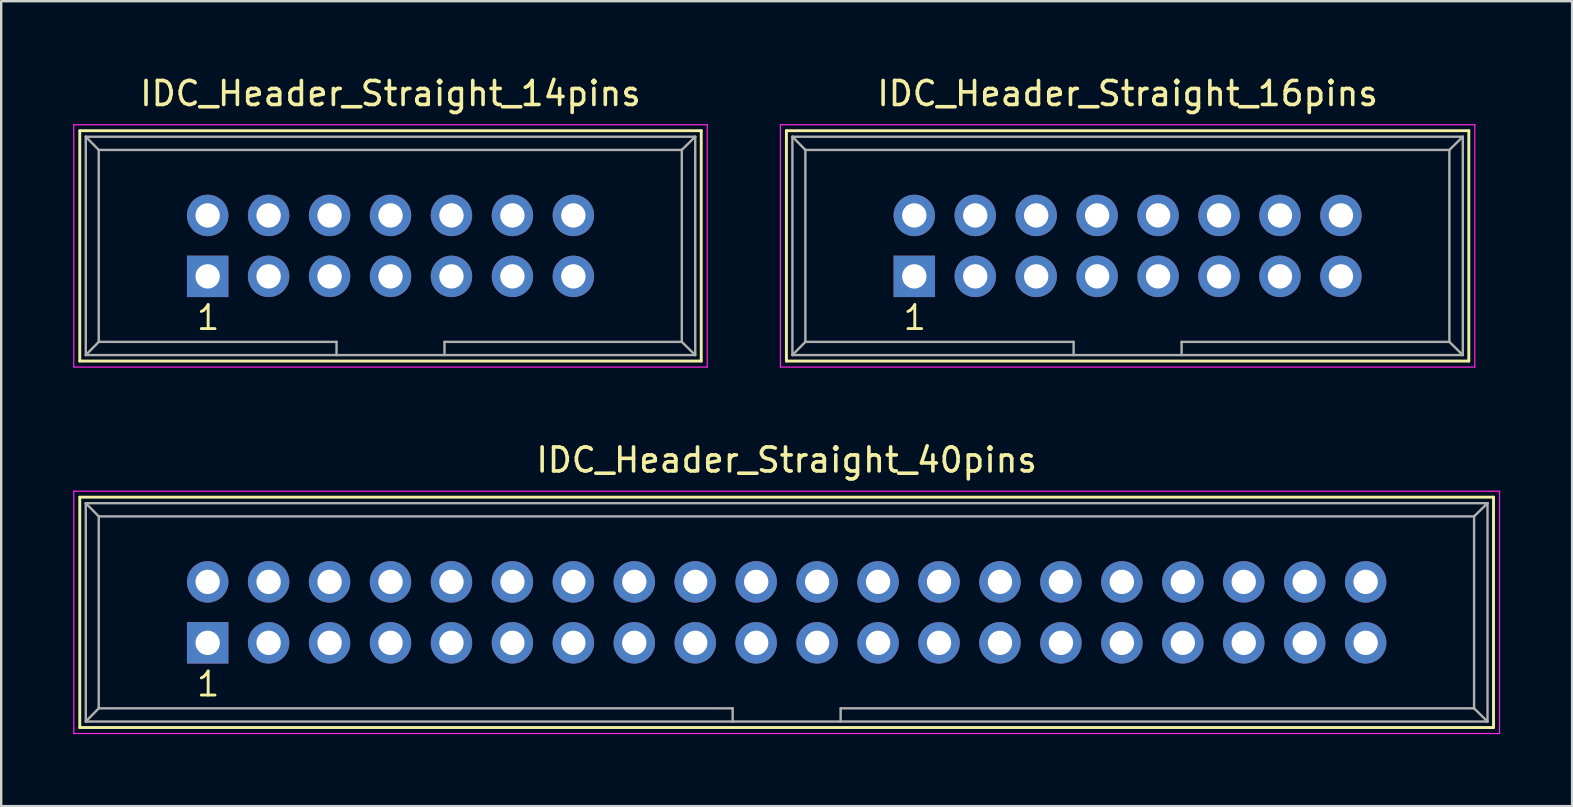
<source format=kicad_pcb>
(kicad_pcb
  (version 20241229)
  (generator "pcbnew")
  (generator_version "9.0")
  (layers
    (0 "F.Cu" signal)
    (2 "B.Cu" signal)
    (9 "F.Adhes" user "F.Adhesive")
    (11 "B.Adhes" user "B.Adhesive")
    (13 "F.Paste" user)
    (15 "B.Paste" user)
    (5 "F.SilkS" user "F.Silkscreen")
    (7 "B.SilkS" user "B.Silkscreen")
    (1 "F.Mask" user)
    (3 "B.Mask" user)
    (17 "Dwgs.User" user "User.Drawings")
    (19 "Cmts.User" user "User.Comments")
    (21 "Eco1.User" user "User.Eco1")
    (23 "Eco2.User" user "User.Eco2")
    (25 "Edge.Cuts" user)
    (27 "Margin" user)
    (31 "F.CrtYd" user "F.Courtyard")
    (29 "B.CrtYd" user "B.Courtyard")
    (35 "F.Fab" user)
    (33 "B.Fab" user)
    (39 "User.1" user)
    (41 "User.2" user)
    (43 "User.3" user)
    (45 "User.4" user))
  (footprint "IDC_Header_Straight_16pins"
    (layer "F.Cu")
    (at 35.055 8.468)
    (property "Reference" "IDC_Header_Straight_16pins" (at 8.89 -7.62 0) (layer "F.SilkS") (effects (font (size 1 1) (thickness 0.15))))
    (attr through_hole)
    (fp_line (start -5.33 -6.07) (end 23.11 -6.07) (stroke (width 0.12) (type solid)) (layer "F.SilkS"))
    (fp_line (start -5.33 3.53) (end -5.33 -6.07) (stroke (width 0.12) (type solid)) (layer "F.SilkS"))
    (fp_line (start 23.11 -6.07) (end 23.11 3.53) (stroke (width 0.12) (type solid)) (layer "F.SilkS"))
    (fp_line (start 23.11 3.53) (end -5.33 3.53) (stroke (width 0.12) (type solid)) (layer "F.SilkS"))
    (fp_line (start -5.58 -6.32) (end 23.36 -6.32) (stroke (width 0.05) (type solid)) (layer "F.CrtYd"))
    (fp_line (start -5.58 3.78) (end -5.58 -6.32) (stroke (width 0.05) (type solid)) (layer "F.CrtYd"))
    (fp_line (start 23.36 -6.32) (end 23.36 3.78) (stroke (width 0.05) (type solid)) (layer "F.CrtYd"))
    (fp_line (start 23.36 3.78) (end -5.58 3.78) (stroke (width 0.05) (type solid)) (layer "F.CrtYd"))
    (fp_line (start -5.08 -5.82) (end -5.08 3.28) (stroke (width 0.1) (type solid)) (layer "F.Fab"))
    (fp_line (start -5.08 -5.82) (end -4.54 -5.27) (stroke (width 0.1) (type solid)) (layer "F.Fab"))
    (fp_line (start -5.08 -5.82) (end 22.86 -5.82) (stroke (width 0.1) (type solid)) (layer "F.Fab"))
    (fp_line (start -5.08 3.28) (end -4.54 2.73) (stroke (width 0.1) (type solid)) (layer "F.Fab"))
    (fp_line (start -5.08 3.28) (end 22.86 3.28) (stroke (width 0.1) (type solid)) (layer "F.Fab"))
    (fp_line (start -4.54 -5.27) (end -4.54 2.73) (stroke (width 0.1) (type solid)) (layer "F.Fab"))
    (fp_line (start -4.54 -5.27) (end 22.3 -5.27) (stroke (width 0.1) (type solid)) (layer "F.Fab"))
    (fp_line (start -4.54 2.73) (end 6.64 2.73) (stroke (width 0.1) (type solid)) (layer "F.Fab"))
    (fp_line (start 6.64 2.73) (end 6.64 3.28) (stroke (width 0.1) (type solid)) (layer "F.Fab"))
    (fp_line (start 11.14 2.73) (end 11.14 3.28) (stroke (width 0.1) (type solid)) (layer "F.Fab"))
    (fp_line (start 11.14 2.73) (end 22.3 2.73) (stroke (width 0.1) (type solid)) (layer "F.Fab"))
    (fp_line (start 22.3 -5.27) (end 22.3 2.73) (stroke (width 0.1) (type solid)) (layer "F.Fab"))
    (fp_line (start 22.86 -5.82) (end 22.3 -5.27) (stroke (width 0.1) (type solid)) (layer "F.Fab"))
    (fp_line (start 22.86 -5.82) (end 22.86 3.28) (stroke (width 0.1) (type solid)) (layer "F.Fab"))
    (fp_line (start 22.86 3.28) (end 22.3 2.73) (stroke (width 0.1) (type solid)) (layer "F.Fab"))
    (fp_text user "1" (at 0.02 1.72 0) (layer "F.SilkS") (effects (font (size 1 1) (thickness 0.12))))
    (pad "1" thru_hole rect (at 0 0) (size 1.727 1.727) (drill 1.016) (layers "*.Cu" "*.Mask"))
    (pad "2" thru_hole oval (at 0 -2.54) (size 1.727 1.727) (drill 1.016) (layers "*.Cu" "*.Mask"))
    (pad "3" thru_hole oval (at 2.54 0) (size 1.727 1.727) (drill 1.016) (layers "*.Cu" "*.Mask"))
    (pad "4" thru_hole oval (at 2.54 -2.54) (size 1.727 1.727) (drill 1.016) (layers "*.Cu" "*.Mask"))
    (pad "5" thru_hole oval (at 5.08 0) (size 1.727 1.727) (drill 1.016) (layers "*.Cu" "*.Mask"))
    (pad "6" thru_hole oval (at 5.08 -2.54) (size 1.727 1.727) (drill 1.016) (layers "*.Cu" "*.Mask"))
    (pad "7" thru_hole oval (at 7.62 0) (size 1.727 1.727) (drill 1.016) (layers "*.Cu" "*.Mask"))
    (pad "8" thru_hole oval (at 7.62 -2.54) (size 1.727 1.727) (drill 1.016) (layers "*.Cu" "*.Mask"))
    (pad "9" thru_hole oval (at 10.16 0) (size 1.727 1.727) (drill 1.016) (layers "*.Cu" "*.Mask"))
    (pad "10" thru_hole oval (at 10.16 -2.54) (size 1.727 1.727) (drill 1.016) (layers "*.Cu" "*.Mask"))
    (pad "11" thru_hole oval (at 12.7 0) (size 1.727 1.727) (drill 1.016) (layers "*.Cu" "*.Mask"))
    (pad "12" thru_hole oval (at 12.7 -2.54) (size 1.727 1.727) (drill 1.016) (layers "*.Cu" "*.Mask"))
    (pad "13" thru_hole oval (at 15.24 0) (size 1.727 1.727) (drill 1.016) (layers "*.Cu" "*.Mask"))
    (pad "14" thru_hole oval (at 15.24 -2.54) (size 1.727 1.727) (drill 1.016) (layers "*.Cu" "*.Mask"))
    (pad "15" thru_hole oval (at 17.78 0) (size 1.727 1.727) (drill 1.016) (layers "*.Cu" "*.Mask"))
    (pad "16" thru_hole oval (at 17.78 -2.54) (size 1.727 1.727) (drill 1.016) (layers "*.Cu" "*.Mask")))
  (footprint "IDC_Header_Straight_14pins"
    (layer "F.Cu")
    (at 5.605 8.468)
    (property "Reference" "IDC_Header_Straight_14pins" (at 7.62 -7.62 0) (layer "F.SilkS") (effects (font (size 1 1) (thickness 0.15))))
    (attr through_hole)
    (fp_line (start -5.33 -6.07) (end 20.57 -6.07) (stroke (width 0.12) (type solid)) (layer "F.SilkS"))
    (fp_line (start -5.33 3.53) (end -5.33 -6.07) (stroke (width 0.12) (type solid)) (layer "F.SilkS"))
    (fp_line (start 20.57 -6.07) (end 20.57 3.53) (stroke (width 0.12) (type solid)) (layer "F.SilkS"))
    (fp_line (start 20.57 3.53) (end -5.33 3.53) (stroke (width 0.12) (type solid)) (layer "F.SilkS"))
    (fp_line (start -5.58 -6.32) (end 20.82 -6.32) (stroke (width 0.05) (type solid)) (layer "F.CrtYd"))
    (fp_line (start -5.58 3.78) (end -5.58 -6.32) (stroke (width 0.05) (type solid)) (layer "F.CrtYd"))
    (fp_line (start 20.82 -6.32) (end 20.82 3.78) (stroke (width 0.05) (type solid)) (layer "F.CrtYd"))
    (fp_line (start 20.82 3.78) (end -5.58 3.78) (stroke (width 0.05) (type solid)) (layer "F.CrtYd"))
    (fp_line (start -5.08 -5.82) (end -5.08 3.28) (stroke (width 0.1) (type solid)) (layer "F.Fab"))
    (fp_line (start -5.08 -5.82) (end -4.54 -5.27) (stroke (width 0.1) (type solid)) (layer "F.Fab"))
    (fp_line (start -5.08 -5.82) (end 20.32 -5.82) (stroke (width 0.1) (type solid)) (layer "F.Fab"))
    (fp_line (start -5.08 3.28) (end -4.54 2.73) (stroke (width 0.1) (type solid)) (layer "F.Fab"))
    (fp_line (start -5.08 3.28) (end 20.32 3.28) (stroke (width 0.1) (type solid)) (layer "F.Fab"))
    (fp_line (start -4.54 -5.27) (end -4.54 2.73) (stroke (width 0.1) (type solid)) (layer "F.Fab"))
    (fp_line (start -4.54 -5.27) (end 19.76 -5.27) (stroke (width 0.1) (type solid)) (layer "F.Fab"))
    (fp_line (start -4.54 2.73) (end 5.37 2.73) (stroke (width 0.1) (type solid)) (layer "F.Fab"))
    (fp_line (start 5.37 2.73) (end 5.37 3.28) (stroke (width 0.1) (type solid)) (layer "F.Fab"))
    (fp_line (start 9.87 2.73) (end 9.87 3.28) (stroke (width 0.1) (type solid)) (layer "F.Fab"))
    (fp_line (start 9.87 2.73) (end 19.76 2.73) (stroke (width 0.1) (type solid)) (layer "F.Fab"))
    (fp_line (start 19.76 -5.27) (end 19.76 2.73) (stroke (width 0.1) (type solid)) (layer "F.Fab"))
    (fp_line (start 20.32 -5.82) (end 19.76 -5.27) (stroke (width 0.1) (type solid)) (layer "F.Fab"))
    (fp_line (start 20.32 -5.82) (end 20.32 3.28) (stroke (width 0.1) (type solid)) (layer "F.Fab"))
    (fp_line (start 20.32 3.28) (end 19.76 2.73) (stroke (width 0.1) (type solid)) (layer "F.Fab"))
    (fp_text user "1" (at 0.02 1.72 0) (layer "F.SilkS") (effects (font (size 1 1) (thickness 0.12))))
    (pad "1" thru_hole rect (at 0 0) (size 1.727 1.727) (drill 1.016) (layers "*.Cu" "*.Mask"))
    (pad "2" thru_hole oval (at 0 -2.54) (size 1.727 1.727) (drill 1.016) (layers "*.Cu" "*.Mask"))
    (pad "3" thru_hole oval (at 2.54 0) (size 1.727 1.727) (drill 1.016) (layers "*.Cu" "*.Mask"))
    (pad "4" thru_hole oval (at 2.54 -2.54) (size 1.727 1.727) (drill 1.016) (layers "*.Cu" "*.Mask"))
    (pad "5" thru_hole oval (at 5.08 0) (size 1.727 1.727) (drill 1.016) (layers "*.Cu" "*.Mask"))
    (pad "6" thru_hole oval (at 5.08 -2.54) (size 1.727 1.727) (drill 1.016) (layers "*.Cu" "*.Mask"))
    (pad "7" thru_hole oval (at 7.62 0) (size 1.727 1.727) (drill 1.016) (layers "*.Cu" "*.Mask"))
    (pad "8" thru_hole oval (at 7.62 -2.54) (size 1.727 1.727) (drill 1.016) (layers "*.Cu" "*.Mask"))
    (pad "9" thru_hole oval (at 10.16 0) (size 1.727 1.727) (drill 1.016) (layers "*.Cu" "*.Mask"))
    (pad "10" thru_hole oval (at 10.16 -2.54) (size 1.727 1.727) (drill 1.016) (layers "*.Cu" "*.Mask"))
    (pad "11" thru_hole oval (at 12.7 0) (size 1.727 1.727) (drill 1.016) (layers "*.Cu" "*.Mask"))
    (pad "12" thru_hole oval (at 12.7 -2.54) (size 1.727 1.727) (drill 1.016) (layers "*.Cu" "*.Mask"))
    (pad "13" thru_hole oval (at 15.24 0) (size 1.727 1.727) (drill 1.016) (layers "*.Cu" "*.Mask"))
    (pad "14" thru_hole oval (at 15.24 -2.54) (size 1.727 1.727) (drill 1.016) (layers "*.Cu" "*.Mask")))
  (footprint "IDC_Header_Straight_40pins"
    (layer "F.Cu")
    (at 5.605 23.741)
    (property "Reference" "IDC_Header_Straight_40pins" (at 24.13 -7.62 0) (layer "F.SilkS") (effects (font (size 1 1) (thickness 0.15))))
    (attr through_hole)
    (fp_line (start -5.33 -6.07) (end 53.59 -6.07) (stroke (width 0.12) (type solid)) (layer "F.SilkS"))
    (fp_line (start -5.33 3.53) (end -5.33 -6.07) (stroke (width 0.12) (type solid)) (layer "F.SilkS"))
    (fp_line (start 53.59 -6.07) (end 53.59 3.53) (stroke (width 0.12) (type solid)) (layer "F.SilkS"))
    (fp_line (start 53.59 3.53) (end -5.33 3.53) (stroke (width 0.12) (type solid)) (layer "F.SilkS"))
    (fp_line (start -5.58 -6.32) (end 53.84 -6.32) (stroke (width 0.05) (type solid)) (layer "F.CrtYd"))
    (fp_line (start -5.58 3.78) (end -5.58 -6.32) (stroke (width 0.05) (type solid)) (layer "F.CrtYd"))
    (fp_line (start 53.84 -6.32) (end 53.84 3.78) (stroke (width 0.05) (type solid)) (layer "F.CrtYd"))
    (fp_line (start 53.84 3.78) (end -5.58 3.78) (stroke (width 0.05) (type solid)) (layer "F.CrtYd"))
    (fp_line (start -5.08 -5.82) (end -5.08 3.28) (stroke (width 0.1) (type solid)) (layer "F.Fab"))
    (fp_line (start -5.08 -5.82) (end -4.54 -5.27) (stroke (width 0.1) (type solid)) (layer "F.Fab"))
    (fp_line (start -5.08 -5.82) (end 53.34 -5.82) (stroke (width 0.1) (type solid)) (layer "F.Fab"))
    (fp_line (start -5.08 3.28) (end -4.54 2.73) (stroke (width 0.1) (type solid)) (layer "F.Fab"))
    (fp_line (start -5.08 3.28) (end 53.34 3.28) (stroke (width 0.1) (type solid)) (layer "F.Fab"))
    (fp_line (start -4.54 -5.27) (end -4.54 2.73) (stroke (width 0.1) (type solid)) (layer "F.Fab"))
    (fp_line (start -4.54 -5.27) (end 52.78 -5.27) (stroke (width 0.1) (type solid)) (layer "F.Fab"))
    (fp_line (start -4.54 2.73) (end 21.88 2.73) (stroke (width 0.1) (type solid)) (layer "F.Fab"))
    (fp_line (start 21.88 2.73) (end 21.88 3.28) (stroke (width 0.1) (type solid)) (layer "F.Fab"))
    (fp_line (start 26.38 2.73) (end 26.38 3.28) (stroke (width 0.1) (type solid)) (layer "F.Fab"))
    (fp_line (start 26.38 2.73) (end 52.78 2.73) (stroke (width 0.1) (type solid)) (layer "F.Fab"))
    (fp_line (start 52.78 -5.27) (end 52.78 2.73) (stroke (width 0.1) (type solid)) (layer "F.Fab"))
    (fp_line (start 53.34 -5.82) (end 52.78 -5.27) (stroke (width 0.1) (type solid)) (layer "F.Fab"))
    (fp_line (start 53.34 -5.82) (end 53.34 3.28) (stroke (width 0.1) (type solid)) (layer "F.Fab"))
    (fp_line (start 53.34 3.28) (end 52.78 2.73) (stroke (width 0.1) (type solid)) (layer "F.Fab"))
    (fp_text user "1" (at 0.02 1.72 0) (layer "F.SilkS") (effects (font (size 1 1) (thickness 0.12))))
    (pad "1" thru_hole rect (at 0 0) (size 1.727 1.727) (drill 1.016) (layers "*.Cu" "*.Mask"))
    (pad "2" thru_hole oval (at 0 -2.54) (size 1.727 1.727) (drill 1.016) (layers "*.Cu" "*.Mask"))
    (pad "3" thru_hole oval (at 2.54 0) (size 1.727 1.727) (drill 1.016) (layers "*.Cu" "*.Mask"))
    (pad "4" thru_hole oval (at 2.54 -2.54) (size 1.727 1.727) (drill 1.016) (layers "*.Cu" "*.Mask"))
    (pad "5" thru_hole oval (at 5.08 0) (size 1.727 1.727) (drill 1.016) (layers "*.Cu" "*.Mask"))
    (pad "6" thru_hole oval (at 5.08 -2.54) (size 1.727 1.727) (drill 1.016) (layers "*.Cu" "*.Mask"))
    (pad "7" thru_hole oval (at 7.62 0) (size 1.727 1.727) (drill 1.016) (layers "*.Cu" "*.Mask"))
    (pad "8" thru_hole oval (at 7.62 -2.54) (size 1.727 1.727) (drill 1.016) (layers "*.Cu" "*.Mask"))
    (pad "9" thru_hole oval (at 10.16 0) (size 1.727 1.727) (drill 1.016) (layers "*.Cu" "*.Mask"))
    (pad "10" thru_hole oval (at 10.16 -2.54) (size 1.727 1.727) (drill 1.016) (layers "*.Cu" "*.Mask"))
    (pad "11" thru_hole oval (at 12.7 0) (size 1.727 1.727) (drill 1.016) (layers "*.Cu" "*.Mask"))
    (pad "12" thru_hole oval (at 12.7 -2.54) (size 1.727 1.727) (drill 1.016) (layers "*.Cu" "*.Mask"))
    (pad "13" thru_hole oval (at 15.24 0) (size 1.727 1.727) (drill 1.016) (layers "*.Cu" "*.Mask"))
    (pad "14" thru_hole oval (at 15.24 -2.54) (size 1.727 1.727) (drill 1.016) (layers "*.Cu" "*.Mask"))
    (pad "15" thru_hole oval (at 17.78 0) (size 1.727 1.727) (drill 1.016) (layers "*.Cu" "*.Mask"))
    (pad "16" thru_hole oval (at 17.78 -2.54) (size 1.727 1.727) (drill 1.016) (layers "*.Cu" "*.Mask"))
    (pad "17" thru_hole oval (at 20.32 0) (size 1.727 1.727) (drill 1.016) (layers "*.Cu" "*.Mask"))
    (pad "18" thru_hole oval (at 20.32 -2.54) (size 1.727 1.727) (drill 1.016) (layers "*.Cu" "*.Mask"))
    (pad "19" thru_hole oval (at 22.86 0) (size 1.727 1.727) (drill 1.016) (layers "*.Cu" "*.Mask"))
    (pad "20" thru_hole oval (at 22.86 -2.54) (size 1.727 1.727) (drill 1.016) (layers "*.Cu" "*.Mask"))
    (pad "21" thru_hole oval (at 25.4 0) (size 1.727 1.727) (drill 1.016) (layers "*.Cu" "*.Mask"))
    (pad "22" thru_hole oval (at 25.4 -2.54) (size 1.727 1.727) (drill 1.016) (layers "*.Cu" "*.Mask"))
    (pad "23" thru_hole oval (at 27.94 0) (size 1.727 1.727) (drill 1.016) (layers "*.Cu" "*.Mask"))
    (pad "24" thru_hole oval (at 27.94 -2.54) (size 1.727 1.727) (drill 1.016) (layers "*.Cu" "*.Mask"))
    (pad "25" thru_hole oval (at 30.48 0) (size 1.727 1.727) (drill 1.016) (layers "*.Cu" "*.Mask"))
    (pad "26" thru_hole oval (at 30.48 -2.54) (size 1.727 1.727) (drill 1.016) (layers "*.Cu" "*.Mask"))
    (pad "27" thru_hole oval (at 33.02 0) (size 1.727 1.727) (drill 1.016) (layers "*.Cu" "*.Mask"))
    (pad "28" thru_hole oval (at 33.02 -2.54) (size 1.727 1.727) (drill 1.016) (layers "*.Cu" "*.Mask"))
    (pad "29" thru_hole oval (at 35.56 0) (size 1.727 1.727) (drill 1.016) (layers "*.Cu" "*.Mask"))
    (pad "30" thru_hole oval (at 35.56 -2.54) (size 1.727 1.727) (drill 1.016) (layers "*.Cu" "*.Mask"))
    (pad "31" thru_hole oval (at 38.1 0) (size 1.727 1.727) (drill 1.016) (layers "*.Cu" "*.Mask"))
    (pad "32" thru_hole oval (at 38.1 -2.54) (size 1.727 1.727) (drill 1.016) (layers "*.Cu" "*.Mask"))
    (pad "33" thru_hole oval (at 40.64 0) (size 1.727 1.727) (drill 1.016) (layers "*.Cu" "*.Mask"))
    (pad "34" thru_hole oval (at 40.64 -2.54) (size 1.727 1.727) (drill 1.016) (layers "*.Cu" "*.Mask"))
    (pad "35" thru_hole oval (at 43.18 0) (size 1.727 1.727) (drill 1.016) (layers "*.Cu" "*.Mask"))
    (pad "36" thru_hole oval (at 43.18 -2.54) (size 1.727 1.727) (drill 1.016) (layers "*.Cu" "*.Mask"))
    (pad "37" thru_hole oval (at 45.72 0) (size 1.727 1.727) (drill 1.016) (layers "*.Cu" "*.Mask"))
    (pad "38" thru_hole oval (at 45.72 -2.54) (size 1.727 1.727) (drill 1.016) (layers "*.Cu" "*.Mask"))
    (pad "39" thru_hole oval (at 48.26 0) (size 1.727 1.727) (drill 1.016) (layers "*.Cu" "*.Mask"))
    (pad "40" thru_hole oval (at 48.26 -2.54) (size 1.727 1.727) (drill 1.016) (layers "*.Cu" "*.Mask")))
  (gr_rect
    (start -3 -3)
    (end 62.47 30.547)
    (stroke (width 0.1) (type default))
    (fill no)
    (layer "Edge.Cuts")))
</source>
